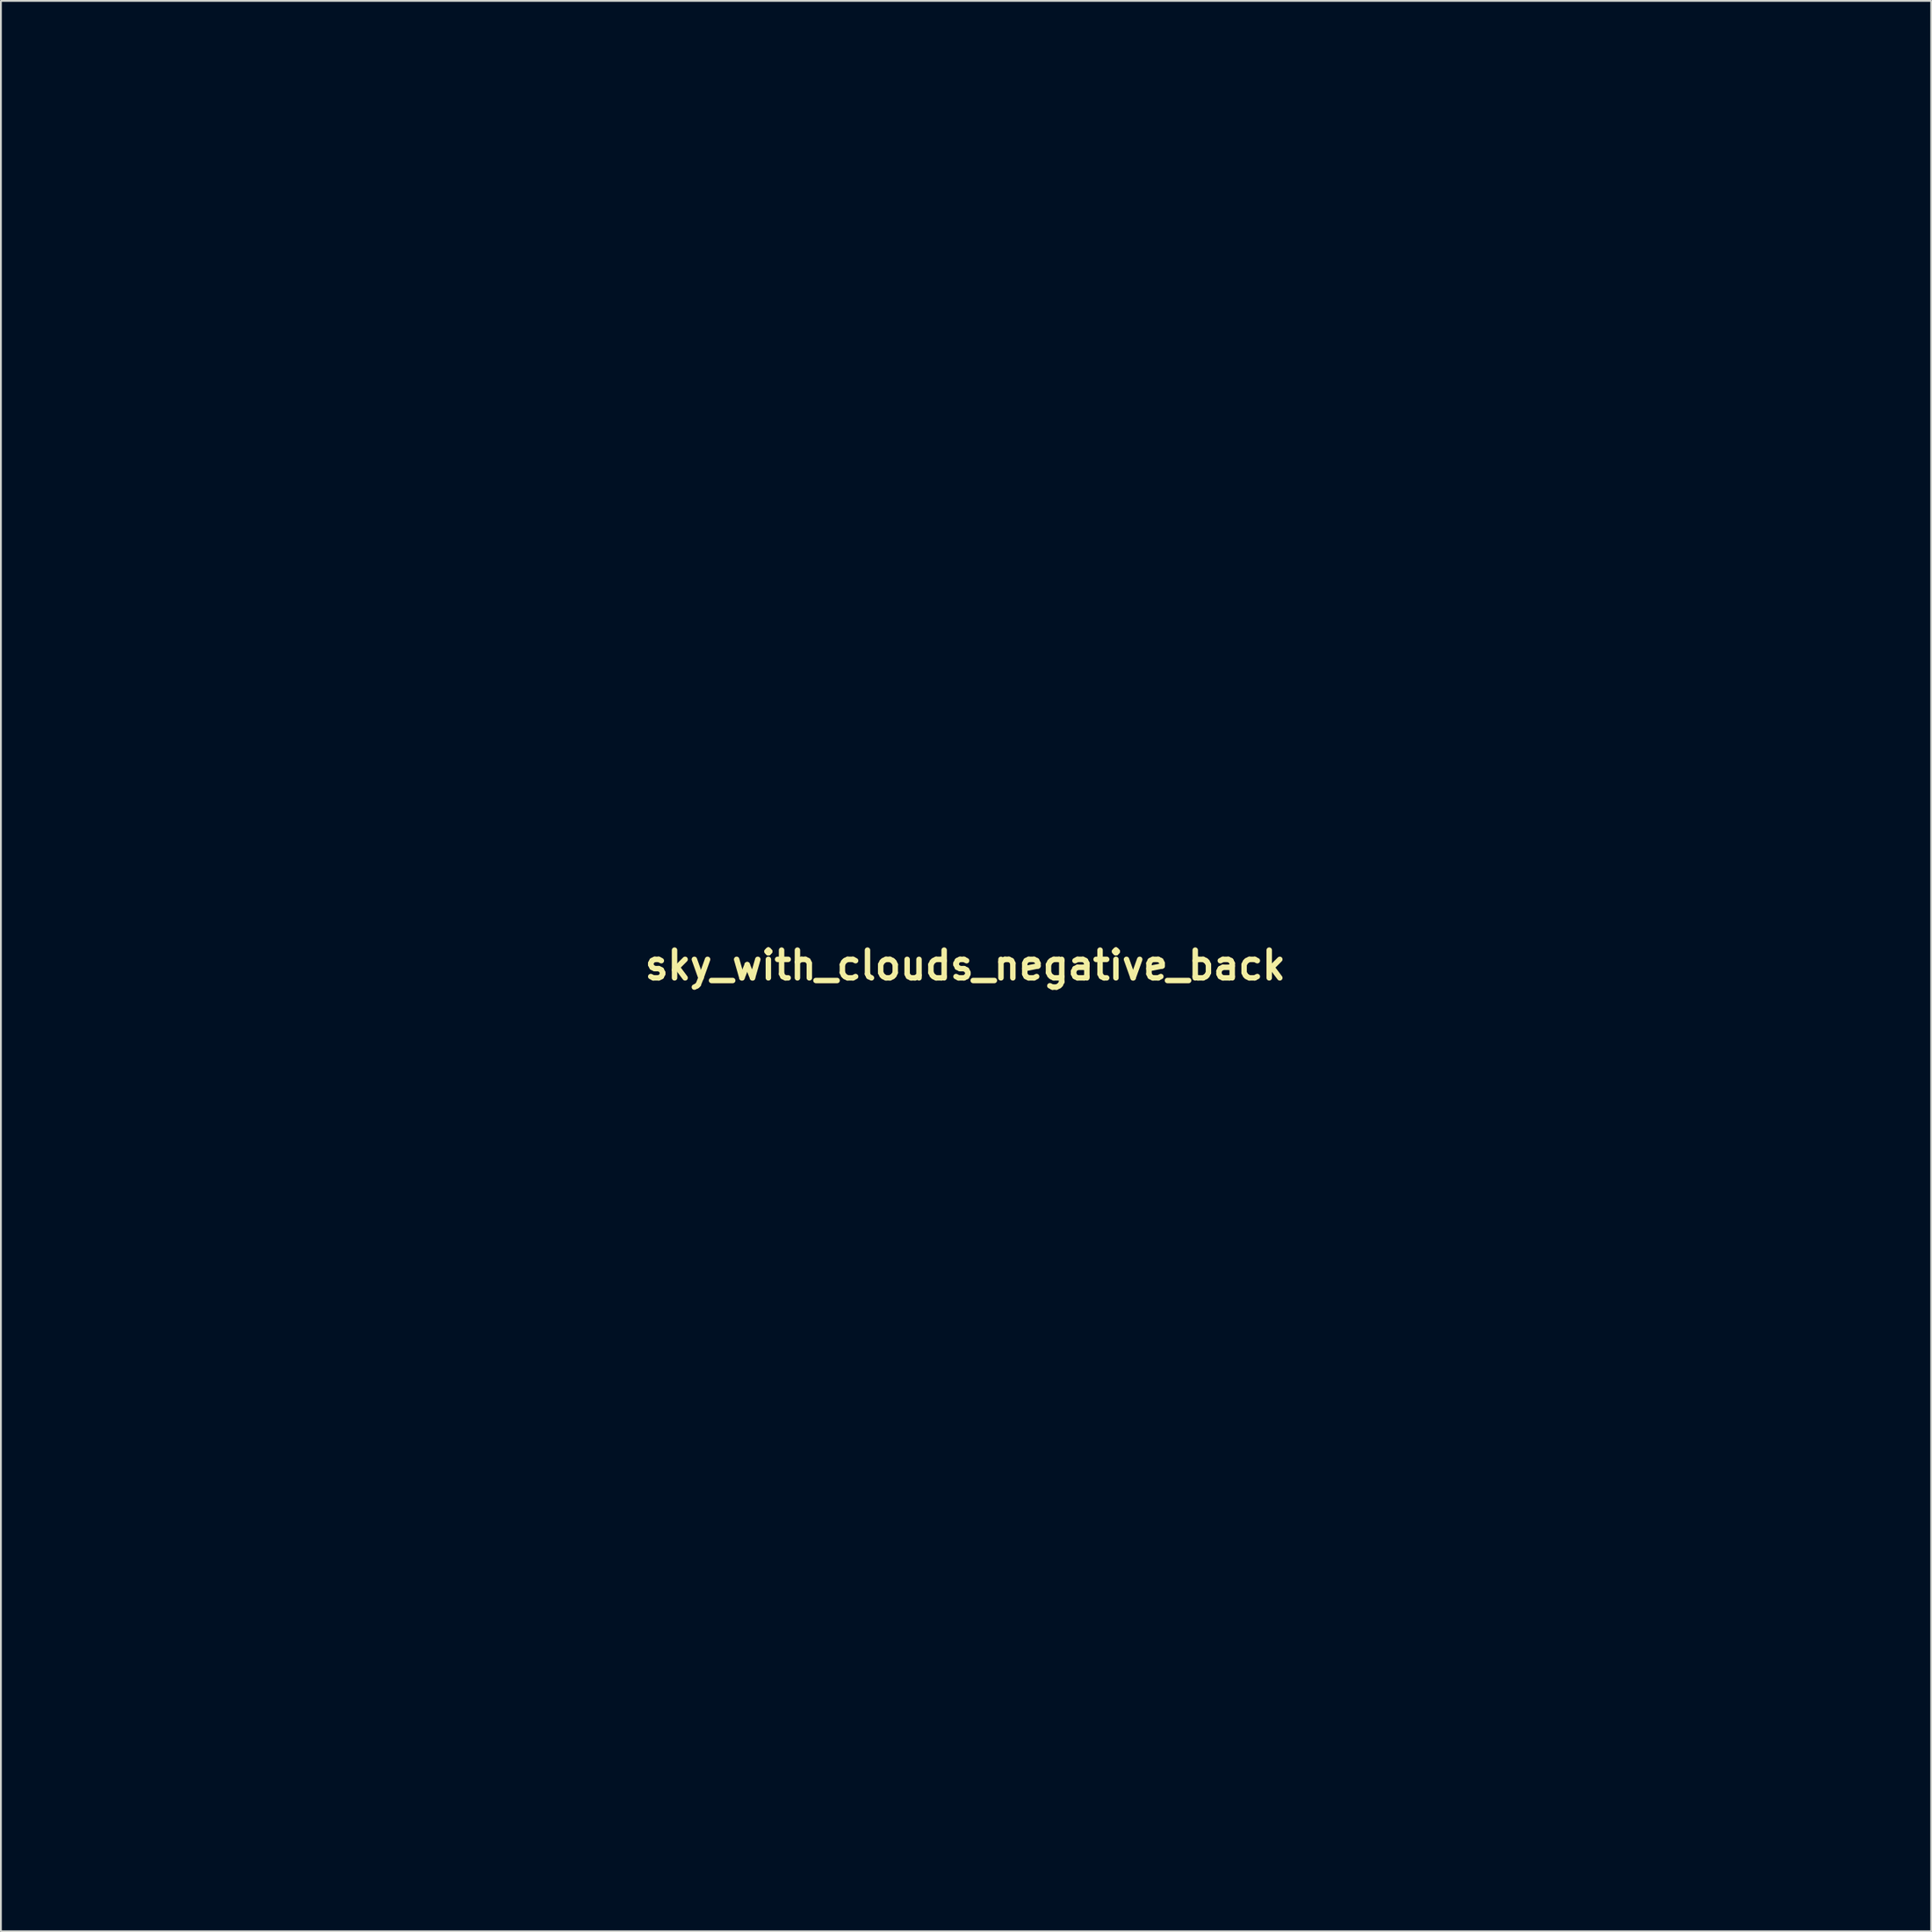
<source format=kicad_pcb>
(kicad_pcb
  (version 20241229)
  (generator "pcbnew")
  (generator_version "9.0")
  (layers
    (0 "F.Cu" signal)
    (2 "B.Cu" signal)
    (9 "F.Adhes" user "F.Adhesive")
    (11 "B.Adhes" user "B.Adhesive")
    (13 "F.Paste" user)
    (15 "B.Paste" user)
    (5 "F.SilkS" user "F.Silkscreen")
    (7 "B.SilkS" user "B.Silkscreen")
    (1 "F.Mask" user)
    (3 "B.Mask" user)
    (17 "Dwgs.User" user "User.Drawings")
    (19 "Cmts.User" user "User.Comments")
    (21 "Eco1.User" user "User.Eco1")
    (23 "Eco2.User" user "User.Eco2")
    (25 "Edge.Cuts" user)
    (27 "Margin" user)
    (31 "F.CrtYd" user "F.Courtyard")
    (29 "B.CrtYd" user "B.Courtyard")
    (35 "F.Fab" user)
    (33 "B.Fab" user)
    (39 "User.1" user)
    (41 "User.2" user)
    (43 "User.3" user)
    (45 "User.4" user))
  (footprint "sky_with_clouds_negative_back"
    (layer "F.Cu")
    (at 49.958 49.96)
    (property "Reference" "sky_with_clouds_negative_back" (at 0 0 0) (layer "F.SilkS") (effects (font (size 1.524 1.524) (thickness 0.3))))
    (attr through_hole)
    (fp_poly (pts (xy -49.636 -1.4) (xy -49.046 -1.216) (xy -48.507 -0.905) (xy -48.053 -0.495) (xy -47.721 -0.011) (xy -47.667 0.104) (xy -47.562 0.389) (xy -47.512 0.658) (xy -47.508 0.986) (xy -47.518 1.161) (xy -47.529 1.459) (xy -47.524 1.678) (xy -47.503 1.776) (xy -47.498 1.778) (xy -47.404 1.722) (xy -47.286 1.609) (xy -47.058 1.462) (xy -46.793 1.47) (xy -46.502 1.627) (xy -46.197 1.925) (xy -45.891 2.358) (xy -45.87 2.394) (xy -45.68 2.732) (xy -45.567 2.999) (xy -45.509 3.261) (xy -45.486 3.551) (xy -45.525 4.095) (xy -45.695 4.537) (xy -45.989 4.869) (xy -46.399 5.084) (xy -46.805 5.164) (xy -47.286 5.207) (xy -47.286 5.6) (xy -47.341 5.969) (xy -47.52 6.251) (xy -47.844 6.481) (xy -47.863 6.491) (xy -48.091 6.576) (xy -48.43 6.667) (xy -48.825 6.751) (xy -49.219 6.817) (xy -49.554 6.854) (xy -49.664 6.858) (xy -49.953 6.858) (xy -49.953 -1.458) (xy -49.636 -1.4)) (stroke (width 0.01) (type solid)) (fill yes) (layer "B.Mask"))
    (fp_poly (pts (xy 44.22 47.316) (xy 44.618 47.456) (xy 45.1 47.707) (xy 45.636 48.051) (xy 46.199 48.471) (xy 46.62 48.823) (xy 46.884 49.061) (xy 47.045 49.231) (xy 47.126 49.374) (xy 47.156 49.53) (xy 47.159 49.667) (xy 47.159 50.038) (xy 42.206 50.038) (xy 41.167 50.038) (xy 40.285 50.037) (xy 39.546 50.036) (xy 38.938 50.033) (xy 38.448 50.028) (xy 38.064 50.021) (xy 37.773 50.012) (xy 37.561 49.999) (xy 37.417 49.983) (xy 37.326 49.962) (xy 37.277 49.937) (xy 37.257 49.908) (xy 37.253 49.872) (xy 37.253 49.866) (xy 37.3 49.657) (xy 37.425 49.359) (xy 37.604 49.02) (xy 37.813 48.687) (xy 37.976 48.466) (xy 38.339 48.113) (xy 38.773 47.841) (xy 39.239 47.663) (xy 39.7 47.591) (xy 40.117 47.637) (xy 40.295 47.707) (xy 40.473 47.823) (xy 40.578 47.973) (xy 40.63 48.202) (xy 40.647 48.542) (xy 40.654 48.788) (xy 40.671 48.885) (xy 40.709 48.851) (xy 40.753 48.759) (xy 40.861 48.574) (xy 41.036 48.324) (xy 41.184 48.134) (xy 41.635 47.715) (xy 42.187 47.42) (xy 42.821 47.252) (xy 43.517 47.218) (xy 44.22 47.316)) (stroke (width 0.01) (type solid)) (fill yes) (layer "B.Mask"))
    (fp_poly (pts (xy 13.883 -49.952) (xy 14.862 -49.949) (xy 15.683 -49.943) (xy 16.355 -49.935) (xy 16.883 -49.924) (xy 17.274 -49.911) (xy 17.535 -49.894) (xy 17.671 -49.875) (xy 17.695 -49.861) (xy 17.633 -49.676) (xy 17.465 -49.422) (xy 17.222 -49.131) (xy 16.933 -48.835) (xy 16.63 -48.566) (xy 16.342 -48.357) (xy 16.238 -48.297) (xy 15.858 -48.133) (xy 15.557 -48.094) (xy 15.293 -48.185) (xy 15.024 -48.411) (xy 14.968 -48.472) (xy 14.774 -48.673) (xy 14.62 -48.811) (xy 14.55 -48.853) (xy 14.505 -48.778) (xy 14.48 -48.59) (xy 14.478 -48.517) (xy 14.429 -48.157) (xy 14.298 -47.736) (xy 14.113 -47.323) (xy 13.923 -47.02) (xy 13.687 -46.802) (xy 13.327 -46.623) (xy 13.194 -46.575) (xy 12.905 -46.491) (xy 12.614 -46.438) (xy 12.283 -46.417) (xy 11.874 -46.424) (xy 11.348 -46.457) (xy 11.134 -46.475) (xy 10.683 -46.543) (xy 10.331 -46.682) (xy 10.011 -46.924) (xy 9.832 -47.104) (xy 9.686 -47.325) (xy 9.676 -47.556) (xy 9.676 -47.556) (xy 9.687 -47.832) (xy 9.581 -48.002) (xy 9.343 -48.08) (xy 9.154 -48.091) (xy 8.71 -48.169) (xy 8.329 -48.387) (xy 8.033 -48.719) (xy 7.846 -49.14) (xy 7.791 -49.551) (xy 7.789 -49.953) (xy 12.742 -49.953) (xy 13.883 -49.952)) (stroke (width 0.01) (type solid)) (fill yes) (layer "B.Mask"))
    (fp_poly (pts (xy -12.54 23.935) (xy -12.092 24.101) (xy -11.715 24.359) (xy -11.438 24.698) (xy -11.29 25.107) (xy -11.283 25.15) (xy -11.243 25.365) (xy -11.167 25.46) (xy -11.004 25.484) (xy -10.932 25.485) (xy -10.402 25.547) (xy -9.952 25.743) (xy -9.567 26.065) (xy -9.226 26.53) (xy -8.997 27.083) (xy -8.887 27.681) (xy -8.903 28.281) (xy -9.05 28.84) (xy -9.114 28.98) (xy -9.479 29.579) (xy -9.89 30.031) (xy -10.291 30.304) (xy -10.629 30.427) (xy -10.895 30.409) (xy -11.118 30.243) (xy -11.224 30.103) (xy -11.374 29.924) (xy -11.488 29.906) (xy -11.57 30.05) (xy -11.624 30.359) (xy -11.625 30.366) (xy -11.759 30.965) (xy -12.025 31.464) (xy -12.418 31.854) (xy -12.48 31.898) (xy -12.799 32.07) (xy -13.141 32.156) (xy -13.547 32.159) (xy -14.055 32.085) (xy -14.225 32.049) (xy -14.736 31.898) (xy -15.096 31.697) (xy -15.322 31.43) (xy -15.428 31.084) (xy -15.44 30.931) (xy -15.452 30.522) (xy -15.79 30.475) (xy -16.174 30.385) (xy -16.446 30.217) (xy -16.659 29.935) (xy -16.698 29.863) (xy -16.813 29.59) (xy -16.871 29.282) (xy -16.886 28.902) (xy -16.875 28.569) (xy -16.831 28.3) (xy -16.738 28.026) (xy -16.578 27.679) (xy -16.565 27.653) (xy -16.304 27.199) (xy -16.051 26.912) (xy -15.807 26.794) (xy -15.583 26.837) (xy -15.438 26.907) (xy -15.385 26.924) (xy -15.363 26.846) (xy -15.338 26.638) (xy -15.313 26.34) (xy -15.305 26.221) (xy -15.203 25.54) (xy -14.986 24.978) (xy -14.647 24.525) (xy -14.183 24.173) (xy -14.036 24.094) (xy -13.541 23.921) (xy -13.033 23.871) (xy -12.54 23.935)) (stroke (width 0.01) (type solid)) (fill yes) (layer "B.Mask"))
    (fp_poly (pts (xy 44.668 -49.151) (xy 45.116 -48.984) (xy 45.493 -48.726) (xy 45.77 -48.388) (xy 45.918 -47.979) (xy 45.925 -47.936) (xy 45.965 -47.721) (xy 46.041 -47.625) (xy 46.204 -47.601) (xy 46.276 -47.601) (xy 46.806 -47.539) (xy 47.255 -47.342) (xy 47.641 -47.021) (xy 47.982 -46.555) (xy 48.21 -46.002) (xy 48.321 -45.405) (xy 48.305 -44.805) (xy 48.158 -44.246) (xy 48.094 -44.106) (xy 47.729 -43.507) (xy 47.317 -43.054) (xy 46.916 -42.782) (xy 46.578 -42.659) (xy 46.313 -42.677) (xy 46.089 -42.842) (xy 45.984 -42.983) (xy 45.834 -43.162) (xy 45.72 -43.18) (xy 45.638 -43.036) (xy 45.584 -42.727) (xy 45.583 -42.72) (xy 45.449 -42.12) (xy 45.183 -41.622) (xy 44.79 -41.231) (xy 44.728 -41.188) (xy 44.409 -41.016) (xy 44.067 -40.93) (xy 43.661 -40.926) (xy 43.153 -41.001) (xy 42.982 -41.037) (xy 42.472 -41.187) (xy 42.112 -41.389) (xy 41.886 -41.655) (xy 41.78 -42.001) (xy 41.768 -42.155) (xy 41.756 -42.563) (xy 41.418 -42.61) (xy 41.034 -42.701) (xy 40.762 -42.869) (xy 40.549 -43.151) (xy 40.51 -43.222) (xy 40.395 -43.496) (xy 40.337 -43.804) (xy 40.322 -44.183) (xy 40.333 -44.517) (xy 40.377 -44.786) (xy 40.469 -45.06) (xy 40.63 -45.406) (xy 40.642 -45.432) (xy 40.904 -45.887) (xy 41.157 -46.173) (xy 41.401 -46.292) (xy 41.624 -46.249) (xy 41.769 -46.179) (xy 41.823 -46.162) (xy 41.845 -46.24) (xy 41.87 -46.448) (xy 41.895 -46.746) (xy 41.903 -46.864) (xy 42.005 -47.546) (xy 42.222 -48.108) (xy 42.56 -48.56) (xy 43.025 -48.913) (xy 43.172 -48.991) (xy 43.667 -49.165) (xy 44.175 -49.214) (xy 44.668 -49.151)) (stroke (width 0.01) (type solid)) (fill yes) (layer "B.Mask"))
    (fp_poly (pts (xy -25.968 -36.166) (xy -25.464 -35.953) (xy -25.021 -35.599) (xy -24.701 -35.21) (xy -24.495 -34.78) (xy -24.386 -34.265) (xy -24.359 -33.868) (xy -24.339 -33.494) (xy -24.297 -33.274) (xy -24.225 -33.194) (xy -24.118 -33.24) (xy -24.065 -33.289) (xy -23.903 -33.348) (xy -23.699 -33.268) (xy -23.475 -33.069) (xy -23.248 -32.77) (xy -23.038 -32.391) (xy -22.945 -32.176) (xy -22.784 -31.608) (xy -22.747 -31.072) (xy -22.828 -30.589) (xy -23.019 -30.181) (xy -23.311 -29.87) (xy -23.697 -29.676) (xy -23.862 -29.639) (xy -24.047 -29.6) (xy -24.142 -29.529) (xy -24.182 -29.377) (xy -24.199 -29.167) (xy -24.289 -28.765) (xy -24.509 -28.45) (xy -24.865 -28.216) (xy -25.363 -28.06) (xy -25.955 -27.981) (xy -26.316 -27.961) (xy -26.573 -27.971) (xy -26.786 -28.021) (xy -27.019 -28.119) (xy -27.051 -28.134) (xy -27.387 -28.348) (xy -27.636 -28.64) (xy -27.819 -29.04) (xy -27.948 -29.549) (xy -28.013 -29.843) (xy -28.078 -30.072) (xy -28.126 -30.18) (xy -28.223 -30.177) (xy -28.385 -30.051) (xy -28.444 -29.99) (xy -28.734 -29.773) (xy -29.051 -29.72) (xy -29.39 -29.829) (xy -29.745 -30.098) (xy -30.074 -30.48) (xy -30.354 -30.87) (xy -30.543 -31.176) (xy -30.657 -31.444) (xy -30.714 -31.719) (xy -30.733 -32.046) (xy -30.734 -32.163) (xy -30.699 -32.752) (xy -30.584 -33.233) (xy -30.37 -33.653) (xy -30.038 -34.061) (xy -30.027 -34.072) (xy -29.791 -34.311) (xy -29.609 -34.454) (xy -29.427 -34.531) (xy -29.187 -34.574) (xy -29.083 -34.585) (xy -28.735 -34.627) (xy -28.522 -34.67) (xy -28.411 -34.73) (xy -28.37 -34.826) (xy -28.363 -34.952) (xy -28.284 -35.296) (xy -28.064 -35.615) (xy -27.733 -35.888) (xy -27.32 -36.094) (xy -26.854 -36.214) (xy -26.549 -36.235) (xy -25.968 -36.166)) (stroke (width 0.01) (type solid)) (fill yes) (layer "B.Mask"))
    (fp_poly (pts (xy 37.399 30.002) (xy 38.192 30.149) (xy 38.913 30.418) (xy 39.537 30.804) (xy 39.624 30.874) (xy 39.911 31.201) (xy 40.109 31.599) (xy 40.204 32.021) (xy 40.186 32.422) (xy 40.09 32.681) (xy 39.983 32.909) (xy 39.991 33.013) (xy 40.117 32.995) (xy 40.358 32.854) (xy 40.484 32.766) (xy 40.712 32.619) (xy 40.903 32.528) (xy 40.97 32.514) (xy 41.187 32.578) (xy 41.469 32.746) (xy 41.778 32.99) (xy 42.076 33.281) (xy 42.247 33.483) (xy 42.451 33.763) (xy 42.569 33.984) (xy 42.629 34.215) (xy 42.657 34.502) (xy 42.666 34.821) (xy 42.637 35.035) (xy 42.556 35.21) (xy 42.496 35.297) (xy 42.163 35.609) (xy 41.718 35.813) (xy 41.188 35.898) (xy 41.1 35.9) (xy 40.739 35.914) (xy 40.521 35.964) (xy 40.42 36.066) (xy 40.412 36.235) (xy 40.427 36.315) (xy 40.424 36.576) (xy 40.288 36.795) (xy 40.01 36.979) (xy 39.583 37.13) (xy 38.998 37.253) (xy 38.725 37.295) (xy 37.874 37.388) (xy 37.153 37.409) (xy 36.536 37.356) (xy 35.998 37.229) (xy 35.983 37.224) (xy 35.649 37.097) (xy 35.336 36.95) (xy 35.147 36.838) (xy 34.921 36.615) (xy 34.731 36.32) (xy 34.604 36.009) (xy 34.57 35.739) (xy 34.579 35.686) (xy 34.595 35.439) (xy 34.517 35.271) (xy 34.395 35.221) (xy 34.267 35.28) (xy 34.081 35.43) (xy 33.951 35.56) (xy 33.746 35.763) (xy 33.573 35.864) (xy 33.363 35.897) (xy 33.258 35.899) (xy 32.67 35.82) (xy 32.063 35.591) (xy 31.462 35.228) (xy 30.894 34.743) (xy 30.747 34.59) (xy 30.55 34.364) (xy 30.445 34.185) (xy 30.403 33.979) (xy 30.395 33.695) (xy 30.433 33.241) (xy 30.564 32.862) (xy 30.812 32.499) (xy 30.975 32.318) (xy 31.366 31.983) (xy 31.819 31.745) (xy 32.364 31.591) (xy 33.033 31.509) (xy 33.101 31.505) (xy 33.987 31.454) (xy 34.043 31.179) (xy 34.11 30.952) (xy 34.193 30.791) (xy 34.193 30.791) (xy 34.39 30.629) (xy 34.703 30.454) (xy 35.085 30.287) (xy 35.485 30.152) (xy 35.706 30.097) (xy 36.562 29.983) (xy 37.399 30.002)) (stroke (width 0.01) (type solid)) (fill yes) (layer "B.Mask"))
    (fp_poly (pts (xy 11.972 20.35) (xy 12.711 20.454) (xy 13.31 20.649) (xy 13.589 20.802) (xy 13.873 21.013) (xy 14.04 21.215) (xy 14.13 21.46) (xy 14.14 21.505) (xy 14.167 21.6) (xy 14.222 21.663) (xy 14.338 21.705) (xy 14.545 21.734) (xy 14.876 21.76) (xy 15.08 21.773) (xy 15.745 21.848) (xy 16.289 21.991) (xy 16.748 22.217) (xy 17.16 22.539) (xy 17.174 22.551) (xy 17.483 22.92) (xy 17.709 23.347) (xy 17.841 23.79) (xy 17.867 24.21) (xy 17.774 24.565) (xy 17.766 24.58) (xy 17.553 24.868) (xy 17.224 25.184) (xy 16.82 25.498) (xy 16.383 25.778) (xy 15.956 25.994) (xy 15.744 26.073) (xy 15.296 26.196) (xy 14.958 26.235) (xy 14.687 26.18) (xy 14.442 26.025) (xy 14.182 25.76) (xy 14.176 25.753) (xy 13.952 25.546) (xy 13.786 25.498) (xy 13.679 25.609) (xy 13.633 25.877) (xy 13.631 25.956) (xy 13.561 26.448) (xy 13.346 26.864) (xy 12.982 27.209) (xy 12.467 27.488) (xy 12.197 27.589) (xy 11.765 27.69) (xy 11.245 27.75) (xy 10.704 27.766) (xy 10.211 27.734) (xy 9.948 27.686) (xy 9.7 27.643) (xy 9.393 27.615) (xy 9.305 27.611) (xy 8.873 27.533) (xy 8.374 27.326) (xy 8.093 27.179) (xy 7.931 27.07) (xy 7.855 26.961) (xy 7.831 26.813) (xy 7.829 26.695) (xy 7.812 26.458) (xy 7.773 26.297) (xy 7.758 26.272) (xy 7.64 26.236) (xy 7.416 26.22) (xy 7.275 26.222) (xy 6.763 26.181) (xy 6.301 26.024) (xy 5.922 25.769) (xy 5.658 25.435) (xy 5.587 25.27) (xy 5.543 24.885) (xy 5.632 24.456) (xy 5.836 24.014) (xy 6.138 23.596) (xy 6.52 23.234) (xy 6.696 23.109) (xy 7.042 22.925) (xy 7.329 22.875) (xy 7.602 22.958) (xy 7.833 23.115) (xy 8.026 23.256) (xy 8.158 23.332) (xy 8.189 23.335) (xy 8.186 23.241) (xy 8.136 23.044) (xy 8.098 22.925) (xy 8.023 22.454) (xy 8.099 21.979) (xy 8.313 21.534) (xy 8.652 21.156) (xy 8.784 21.056) (xy 9.273 20.752) (xy 9.74 20.544) (xy 10.24 20.416) (xy 10.828 20.35) (xy 11.091 20.337) (xy 11.972 20.35)) (stroke (width 0.01) (type solid)) (fill yes) (layer "B.Mask"))
    (fp_poly (pts (xy -17.493 -49.955) (xy -16.502 -49.953) (xy -15.641 -49.95) (xy -14.901 -49.944) (xy -14.273 -49.935) (xy -13.751 -49.923) (xy -13.325 -49.907) (xy -12.988 -49.887) (xy -12.732 -49.861) (xy -12.548 -49.83) (xy -12.429 -49.793) (xy -12.366 -49.749) (xy -12.352 -49.698) (xy -12.378 -49.64) (xy -12.436 -49.573) (xy -12.519 -49.497) (xy -12.618 -49.412) (xy -12.725 -49.317) (xy -12.765 -49.279) (xy -13.145 -48.973) (xy -13.596 -48.73) (xy -14.138 -48.541) (xy -14.794 -48.402) (xy -15.582 -48.306) (xy -16.118 -48.266) (xy -16.691 -48.236) (xy -17.12 -48.225) (xy -17.429 -48.233) (xy -17.641 -48.264) (xy -17.781 -48.318) (xy -17.872 -48.396) (xy -18.024 -48.499) (xy -18.199 -48.46) (xy -18.414 -48.271) (xy -18.557 -48.095) (xy -18.956 -47.692) (xy -19.362 -47.444) (xy -19.555 -47.352) (xy -19.724 -47.287) (xy -19.902 -47.245) (xy -20.124 -47.221) (xy -20.425 -47.211) (xy -20.839 -47.21) (xy -21.167 -47.211) (xy -22.114 -47.246) (xy -22.911 -47.334) (xy -23.555 -47.476) (xy -24.043 -47.67) (xy -24.374 -47.917) (xy -24.519 -48.138) (xy -24.644 -48.354) (xy -24.783 -48.412) (xy -24.953 -48.312) (xy -25.114 -48.127) (xy -25.458 -47.804) (xy -25.945 -47.537) (xy -26.556 -47.337) (xy -26.813 -47.281) (xy -27.437 -47.188) (xy -27.962 -47.175) (xy -28.438 -47.244) (xy -28.871 -47.382) (xy -29.222 -47.514) (xy -29.573 -47.64) (xy -29.803 -47.718) (xy -30.337 -47.93) (xy -30.708 -48.172) (xy -30.92 -48.449) (xy -30.946 -48.514) (xy -31.013 -48.681) (xy -31.103 -48.777) (xy -31.264 -48.831) (xy -31.546 -48.872) (xy -32.137 -48.991) (xy -32.651 -49.186) (xy -33.06 -49.442) (xy -33.336 -49.745) (xy -33.364 -49.793) (xy -33.373 -49.817) (xy -33.368 -49.838) (xy -33.341 -49.857) (xy -33.283 -49.873) (xy -33.185 -49.888) (xy -33.038 -49.901) (xy -32.834 -49.912) (xy -32.564 -49.921) (xy -32.219 -49.929) (xy -31.791 -49.935) (xy -31.271 -49.941) (xy -30.65 -49.945) (xy -29.92 -49.948) (xy -29.072 -49.95) (xy -28.098 -49.952) (xy -26.988 -49.953) (xy -25.734 -49.953) (xy -24.327 -49.953) (xy -22.905 -49.953) (xy -21.318 -49.954) (xy -19.893 -49.954) (xy -18.62 -49.955) (xy -17.493 -49.955)) (stroke (width 0.01) (type solid)) (fill yes) (layer "B.Mask"))
    (fp_poly (pts (xy -47.127 -48.478) (xy -46.684 -48.343) (xy -46.266 -48.065) (xy -45.942 -47.745) (xy -45.746 -47.534) (xy -45.597 -47.384) (xy -45.527 -47.329) (xy -45.485 -47.401) (xy -45.438 -47.577) (xy -45.437 -47.58) (xy -45.328 -47.799) (xy -45.11 -47.9) (xy -44.78 -47.882) (xy -44.336 -47.746) (xy -43.774 -47.492) (xy -43.653 -47.43) (xy -43.076 -47.063) (xy -42.568 -46.613) (xy -42.171 -46.119) (xy -42.034 -45.884) (xy -41.903 -45.636) (xy -41.806 -45.514) (xy -41.702 -45.489) (xy -41.552 -45.537) (xy -41.529 -45.546) (xy -41.299 -45.557) (xy -41.129 -45.496) (xy -40.941 -45.351) (xy -40.709 -45.101) (xy -40.466 -44.791) (xy -40.249 -44.467) (xy -40.092 -44.172) (xy -40.083 -44.151) (xy -39.978 -43.715) (xy -40.001 -43.265) (xy -40.14 -42.845) (xy -40.383 -42.501) (xy -40.572 -42.349) (xy -40.796 -42.235) (xy -40.992 -42.216) (xy -41.183 -42.257) (xy -41.4 -42.301) (xy -41.541 -42.3) (xy -41.557 -42.291) (xy -41.588 -42.182) (xy -41.609 -41.961) (xy -41.613 -41.795) (xy -41.634 -41.488) (xy -41.718 -41.253) (xy -41.891 -41.003) (xy -42.28 -40.597) (xy -42.702 -40.309) (xy -43.127 -40.157) (xy -43.343 -40.138) (xy -43.67 -40.17) (xy -43.993 -40.242) (xy -44.056 -40.263) (xy -44.335 -40.401) (xy -44.616 -40.591) (xy -44.673 -40.638) (xy -44.857 -40.791) (xy -44.986 -40.883) (xy -45.013 -40.894) (xy -45.101 -40.843) (xy -45.266 -40.713) (xy -45.363 -40.63) (xy -45.515 -40.503) (xy -45.646 -40.428) (xy -45.804 -40.393) (xy -46.037 -40.39) (xy -46.39 -40.407) (xy -46.991 -40.484) (xy -47.669 -40.645) (xy -48.363 -40.871) (xy -49.015 -41.146) (xy -49.125 -41.2) (xy -49.397 -41.317) (xy -49.644 -41.39) (xy -49.739 -41.402) (xy -49.953 -41.402) (xy -49.953 -43.85) (xy -49.952 -44.598) (xy -49.946 -45.191) (xy -49.936 -45.643) (xy -49.921 -45.969) (xy -49.901 -46.185) (xy -49.874 -46.303) (xy -49.847 -46.337) (xy -49.784 -46.394) (xy -49.847 -46.488) (xy -49.915 -46.641) (xy -49.948 -46.879) (xy -49.949 -46.943) (xy -49.937 -47.125) (xy -49.887 -47.265) (xy -49.768 -47.403) (xy -49.552 -47.579) (xy -49.42 -47.678) (xy -48.928 -48.022) (xy -48.504 -48.257) (xy -48.107 -48.403) (xy -47.692 -48.48) (xy -47.63 -48.487) (xy -47.127 -48.478)) (stroke (width 0.01) (type solid)) (fill yes) (layer "B.Mask"))
    (fp_poly (pts (xy -42.789 15.665) (xy -42.287 15.854) (xy -41.806 16.184) (xy -41.349 16.627) (xy -40.793 17.23) (xy -40.851 16.792) (xy -40.877 16.529) (xy -40.86 16.381) (xy -40.786 16.293) (xy -40.72 16.253) (xy -40.459 16.194) (xy -40.084 16.219) (xy -39.623 16.32) (xy -39.103 16.49) (xy -38.552 16.722) (xy -38.054 16.976) (xy -37.587 17.298) (xy -37.092 17.754) (xy -36.595 18.318) (xy -36.481 18.464) (xy -36.338 18.641) (xy -36.246 18.699) (xy -36.152 18.656) (xy -36.082 18.595) (xy -35.905 18.493) (xy -35.703 18.497) (xy -35.455 18.616) (xy -35.143 18.858) (xy -34.875 19.106) (xy -34.505 19.487) (xy -34.256 19.811) (xy -34.109 20.112) (xy -34.044 20.426) (xy -34.036 20.612) (xy -34.078 21.007) (xy -34.223 21.326) (xy -34.494 21.614) (xy -34.673 21.751) (xy -35.072 22.038) (xy -35.514 21.899) (xy -35.836 21.801) (xy -36.025 21.773) (xy -36.113 21.834) (xy -36.128 22.005) (xy -36.103 22.294) (xy -36.048 22.83) (xy -36.46 23.185) (xy -36.777 23.427) (xy -37.148 23.668) (xy -37.373 23.793) (xy -37.833 23.975) (xy -38.281 24.036) (xy -38.767 23.978) (xy -39.144 23.872) (xy -39.459 23.748) (xy -39.745 23.599) (xy -39.884 23.503) (xy -40.158 23.304) (xy -40.374 23.237) (xy -40.578 23.298) (xy -40.757 23.433) (xy -40.959 23.581) (xy -41.185 23.67) (xy -41.5 23.722) (xy -41.598 23.732) (xy -42.157 23.736) (xy -42.829 23.662) (xy -43.582 23.516) (xy -44.382 23.304) (xy -45.196 23.035) (xy -45.486 22.925) (xy -45.832 22.797) (xy -46.059 22.736) (xy -46.198 22.736) (xy -46.26 22.767) (xy -46.344 22.924) (xy -46.341 23.015) (xy -46.371 23.178) (xy -46.484 23.327) (xy -46.581 23.398) (xy -46.707 23.445) (xy -46.896 23.471) (xy -47.182 23.483) (xy -47.599 23.482) (xy -47.677 23.482) (xy -48.344 23.455) (xy -48.94 23.393) (xy -49.32 23.322) (xy -49.953 23.173) (xy -49.953 17.465) (xy -49.401 17.284) (xy -48.793 17.137) (xy -48.208 17.113) (xy -47.605 17.216) (xy -46.943 17.45) (xy -46.887 17.474) (xy -46.572 17.611) (xy -46.59 17.3) (xy -46.587 17.117) (xy -46.532 16.976) (xy -46.392 16.828) (xy -46.186 16.661) (xy -45.622 16.287) (xy -44.994 15.973) (xy -44.364 15.747) (xy -43.984 15.662) (xy -43.344 15.605) (xy -42.789 15.665)) (stroke (width 0.01) (type solid)) (fill yes) (layer "B.Mask"))
    (fp_poly (pts (xy 45.444 -28.255) (xy 45.864 -28.125) (xy 46.266 -27.948) (xy 46.372 -27.89) (xy 46.581 -27.743) (xy 46.866 -27.511) (xy 47.183 -27.228) (xy 47.403 -27.019) (xy 47.728 -26.687) (xy 47.945 -26.433) (xy 48.074 -26.231) (xy 48.136 -26.049) (xy 48.138 -26.04) (xy 48.221 -25.787) (xy 48.362 -25.68) (xy 48.586 -25.708) (xy 48.755 -25.778) (xy 49.021 -25.872) (xy 49.359 -25.946) (xy 49.551 -25.971) (xy 50.038 -26.016) (xy 50.038 -22.427) (xy 50.038 -18.838) (xy 49.382 -18.542) (xy 49.004 -18.383) (xy 48.691 -18.29) (xy 48.36 -18.243) (xy 48.006 -18.225) (xy 47.605 -18.228) (xy 47.251 -18.257) (xy 47.004 -18.306) (xy 46.993 -18.31) (xy 46.745 -18.456) (xy 46.651 -18.627) (xy 46.596 -18.761) (xy 46.479 -18.83) (xy 46.249 -18.861) (xy 46.217 -18.864) (xy 45.939 -18.852) (xy 45.578 -18.799) (xy 45.211 -18.715) (xy 45.204 -18.713) (xy 44.806 -18.625) (xy 44.274 -18.544) (xy 43.643 -18.474) (xy 43.2 -18.438) (xy 42.366 -18.394) (xy 41.671 -18.399) (xy 41.088 -18.459) (xy 40.592 -18.58) (xy 40.157 -18.768) (xy 39.758 -19.03) (xy 39.381 -19.358) (xy 39.148 -19.591) (xy 39.015 -19.753) (xy 38.959 -19.89) (xy 38.958 -20.048) (xy 38.97 -20.152) (xy 39.032 -20.412) (xy 39.126 -20.618) (xy 39.151 -20.651) (xy 39.259 -20.828) (xy 39.278 -20.988) (xy 39.206 -21.077) (xy 39.171 -21.082) (xy 39.014 -21.055) (xy 38.799 -20.992) (xy 38.467 -20.959) (xy 38.151 -21.072) (xy 37.897 -21.31) (xy 37.818 -21.444) (xy 37.719 -21.79) (xy 37.683 -22.231) (xy 37.711 -22.707) (xy 37.802 -23.156) (xy 37.831 -23.247) (xy 38.048 -23.718) (xy 38.352 -24.161) (xy 38.713 -24.548) (xy 39.101 -24.848) (xy 39.486 -25.033) (xy 39.707 -25.077) (xy 39.944 -25.105) (xy 40.069 -25.171) (xy 40.137 -25.316) (xy 40.16 -25.4) (xy 40.386 -26.103) (xy 40.676 -26.725) (xy 41.015 -27.243) (xy 41.388 -27.633) (xy 41.663 -27.817) (xy 42.049 -27.937) (xy 42.416 -27.904) (xy 42.734 -27.721) (xy 42.763 -27.693) (xy 42.92 -27.505) (xy 43.005 -27.344) (xy 43.011 -27.312) (xy 43.048 -27.193) (xy 43.164 -27.217) (xy 43.361 -27.384) (xy 43.491 -27.521) (xy 43.877 -27.874) (xy 44.312 -28.151) (xy 44.738 -28.313) (xy 44.766 -28.319) (xy 45.06 -28.325) (xy 45.444 -28.255)) (stroke (width 0.01) (type solid)) (fill yes) (layer "B.Mask"))
    (fp_poly (pts (xy -43.833 32.151) (xy -43.13 32.34) (xy -42.5 32.664) (xy -42.468 32.685) (xy -42.183 32.873) (xy -42.001 32.976) (xy -41.888 33.004) (xy -41.809 32.968) (xy -41.743 32.895) (xy -41.534 32.767) (xy -41.195 32.709) (xy -40.749 32.718) (xy -40.22 32.794) (xy -39.631 32.934) (xy -39.062 33.115) (xy -38.646 33.278) (xy -38.342 33.434) (xy -38.097 33.615) (xy -37.944 33.762) (xy -37.734 33.968) (xy -37.593 34.069) (xy -37.479 34.084) (xy -37.368 34.046) (xy -37.015 33.959) (xy -36.612 34.004) (xy -36.136 34.185) (xy -36.08 34.213) (xy -35.623 34.494) (xy -35.306 34.822) (xy -35.102 35.231) (xy -35.047 35.417) (xy -34.974 35.661) (xy -34.901 35.766) (xy -34.81 35.764) (xy -34.808 35.764) (xy -34.393 35.672) (xy -33.887 35.722) (xy -33.289 35.913) (xy -32.851 36.114) (xy -32.421 36.386) (xy -32.15 36.694) (xy -32.034 37.016) (xy -32.049 37.392) (xy -32.222 37.715) (xy -32.55 37.984) (xy -33.027 38.196) (xy -33.651 38.348) (xy -34.289 38.428) (xy -34.617 38.46) (xy -34.818 38.5) (xy -34.935 38.564) (xy -35.012 38.668) (xy -35.038 38.721) (xy -35.181 38.887) (xy -35.433 39.071) (xy -35.743 39.246) (xy -36.057 39.382) (xy -36.324 39.451) (xy -36.38 39.455) (xy -36.6 39.485) (xy -36.797 39.543) (xy -37.775 39.825) (xy -38.793 39.949) (xy -39.833 39.914) (xy -40.875 39.721) (xy -41.444 39.546) (xy -41.948 39.3) (xy -42.266 39.03) (xy -42.456 38.842) (xy -42.609 38.72) (xy -42.668 38.693) (xy -42.755 38.762) (xy -42.868 38.936) (xy -42.904 39.008) (xy -43.034 39.203) (xy -43.236 39.365) (xy -43.535 39.505) (xy -43.955 39.636) (xy -44.488 39.761) (xy -44.801 39.809) (xy -45.246 39.85) (xy -45.782 39.883) (xy -46.371 39.908) (xy -46.975 39.923) (xy -47.554 39.927) (xy -48.071 39.918) (xy -48.485 39.896) (xy -48.56 39.889) (xy -48.879 39.835) (xy -49.162 39.752) (xy -49.298 39.688) (xy -49.53 39.58) (xy -49.739 39.539) (xy -49.953 39.539) (xy -49.953 36.407) (xy -49.953 35.597) (xy -49.952 34.94) (xy -49.949 34.42) (xy -49.943 34.022) (xy -49.934 33.728) (xy -49.92 33.524) (xy -49.9 33.392) (xy -49.874 33.318) (xy -49.841 33.284) (xy -49.8 33.274) (xy -49.78 33.274) (xy -49.532 33.33) (xy -49.221 33.478) (xy -48.9 33.692) (xy -48.826 33.751) (xy -48.588 33.949) (xy -48.129 33.453) (xy -47.528 32.927) (xy -46.818 32.524) (xy -46.013 32.249) (xy -45.126 32.108) (xy -44.632 32.089) (xy -43.833 32.151)) (stroke (width 0.01) (type solid)) (fill yes) (layer "B.Mask"))
    (fp_poly (pts (xy -28.101 -10.221) (xy -27.709 -10.156) (xy -27.355 -10.025) (xy -27.015 -9.809) (xy -26.661 -9.491) (xy -26.269 -9.052) (xy -26.006 -8.724) (xy -25.91 -8.616) (xy -25.812 -8.573) (xy -25.677 -8.602) (xy -25.471 -8.71) (xy -25.164 -8.902) (xy -24.785 -9.049) (xy -24.337 -9.073) (xy -23.867 -8.973) (xy -23.654 -8.885) (xy -23.24 -8.62) (xy -22.769 -8.199) (xy -22.243 -7.625) (xy -21.666 -6.9) (xy -21.227 -6.298) (xy -21.022 -6.031) (xy -20.841 -5.871) (xy -20.633 -5.777) (xy -20.527 -5.747) (xy -20.142 -5.579) (xy -19.929 -5.391) (xy -19.802 -5.216) (xy -19.743 -5.042) (xy -19.735 -4.8) (xy -19.744 -4.647) (xy -19.852 -4.141) (xy -20.083 -3.712) (xy -20.421 -3.391) (xy -20.553 -3.313) (xy -21.106 -3.065) (xy -21.694 -2.858) (xy -22.288 -2.698) (xy -22.857 -2.59) (xy -23.372 -2.539) (xy -23.803 -2.551) (xy -24.12 -2.631) (xy -24.184 -2.667) (xy -24.412 -2.817) (xy -24.783 -2.387) (xy -25.163 -1.995) (xy -25.541 -1.725) (xy -25.955 -1.562) (xy -26.439 -1.494) (xy -27.031 -1.51) (xy -27.263 -1.532) (xy -28.039 -1.645) (xy -28.654 -1.8) (xy -29.11 -1.997) (xy -29.41 -2.239) (xy -29.537 -2.458) (xy -29.609 -2.632) (xy -29.664 -2.709) (xy -29.666 -2.709) (xy -29.741 -2.654) (xy -29.903 -2.507) (xy -30.119 -2.297) (xy -30.166 -2.251) (xy -30.498 -1.952) (xy -30.804 -1.76) (xy -31.081 -1.654) (xy -31.635 -1.516) (xy -32.093 -1.473) (xy -32.501 -1.524) (xy -32.724 -1.594) (xy -33.009 -1.712) (xy -33.37 -1.879) (xy -33.735 -2.06) (xy -33.782 -2.084) (xy -34.115 -2.269) (xy -34.333 -2.423) (xy -34.477 -2.582) (xy -34.586 -2.778) (xy -34.753 -3.051) (xy -34.939 -3.176) (xy -34.967 -3.182) (xy -35.609 -3.36) (xy -36.098 -3.606) (xy -36.434 -3.921) (xy -36.619 -4.306) (xy -36.661 -4.639) (xy -36.585 -5.015) (xy -36.38 -5.399) (xy -36.08 -5.751) (xy -35.72 -6.034) (xy -35.334 -6.209) (xy -35.233 -6.232) (xy -34.971 -6.297) (xy -34.808 -6.403) (xy -34.704 -6.594) (xy -34.625 -6.874) (xy -34.506 -7.21) (xy -34.301 -7.52) (xy -34.125 -7.717) (xy -33.896 -7.941) (xy -33.722 -8.066) (xy -33.549 -8.12) (xy -33.353 -8.131) (xy -33.108 -8.149) (xy -32.947 -8.224) (xy -32.798 -8.396) (xy -32.752 -8.461) (xy -32.384 -8.868) (xy -31.917 -9.198) (xy -31.395 -9.429) (xy -30.862 -9.54) (xy -30.521 -9.536) (xy -30.259 -9.512) (xy -30.075 -9.53) (xy -29.904 -9.611) (xy -29.681 -9.776) (xy -29.628 -9.817) (xy -29.272 -10.058) (xy -28.921 -10.195) (xy -28.518 -10.241) (xy -28.101 -10.221)) (stroke (width 0.01) (type solid)) (fill yes) (layer "B.Mask"))
    (fp_poly (pts (xy 7.406 -0.796) (xy 7.869 -0.64) (xy 8.31 -0.367) (xy 8.69 0.001) (xy 8.772 0.108) (xy 9.09 0.55) (xy 9.163 0.254) (xy 9.322 -0.094) (xy 9.58 -0.319) (xy 9.914 -0.414) (xy 10.3 -0.369) (xy 10.623 -0.23) (xy 11.042 0.097) (xy 11.408 0.577) (xy 11.725 1.212) (xy 11.993 2.007) (xy 12.017 2.095) (xy 12.086 2.318) (xy 12.171 2.419) (xy 12.324 2.444) (xy 12.446 2.441) (xy 12.822 2.508) (xy 13.213 2.734) (xy 13.608 3.107) (xy 13.821 3.371) (xy 14.126 3.818) (xy 14.325 4.204) (xy 14.433 4.583) (xy 14.47 5.008) (xy 14.465 5.3) (xy 14.446 5.655) (xy 14.414 5.889) (xy 14.356 6.049) (xy 14.258 6.183) (xy 14.181 6.263) (xy 13.947 6.446) (xy 13.689 6.525) (xy 13.355 6.51) (xy 13.187 6.48) (xy 12.958 6.458) (xy 12.872 6.52) (xy 12.924 6.673) (xy 13.039 6.835) (xy 13.18 7.149) (xy 13.208 7.429) (xy 13.19 7.681) (xy 13.112 7.864) (xy 12.939 8.055) (xy 12.89 8.1) (xy 12.295 8.559) (xy 11.651 8.879) (xy 10.938 9.066) (xy 10.135 9.127) (xy 9.663 9.111) (xy 8.554 9.011) (xy 7.48 8.86) (xy 7.239 8.818) (xy 6.689 8.722) (xy 6.282 8.653) (xy 5.993 8.609) (xy 5.8 8.587) (xy 5.677 8.586) (xy 5.602 8.602) (xy 5.55 8.633) (xy 5.537 8.643) (xy 5.441 8.802) (xy 5.419 8.934) (xy 5.396 9.063) (xy 5.309 9.153) (xy 5.133 9.214) (xy 4.84 9.253) (xy 4.404 9.281) (xy 4.403 9.281) (xy 4.019 9.293) (xy 3.735 9.275) (xy 3.485 9.219) (xy 3.2 9.114) (xy 3.14 9.089) (xy 2.579 8.794) (xy 2.165 8.447) (xy 1.902 8.055) (xy 1.797 7.625) (xy 1.854 7.167) (xy 1.857 7.158) (xy 1.954 6.792) (xy 1.976 6.557) (xy 1.921 6.428) (xy 1.785 6.384) (xy 1.778 6.383) (xy 1.572 6.371) (xy 1.463 6.362) (xy 1.331 6.266) (xy 1.208 6.028) (xy 1.1 5.674) (xy 1.014 5.23) (xy 0.956 4.724) (xy 0.932 4.183) (xy 0.931 4.118) (xy 1.005 3.356) (xy 1.219 2.634) (xy 1.49 2.104) (xy 1.789 1.776) (xy 2.173 1.583) (xy 2.619 1.529) (xy 3.1 1.62) (xy 3.29 1.695) (xy 3.607 1.824) (xy 3.81 1.857) (xy 3.93 1.785) (xy 3.997 1.6) (xy 4.015 1.504) (xy 4.056 1.332) (xy 4.133 1.17) (xy 4.269 0.987) (xy 4.488 0.753) (xy 4.806 0.442) (xy 5.437 -0.104) (xy 6.029 -0.494) (xy 6.594 -0.735) (xy 6.964 -0.816) (xy 7.406 -0.796)) (stroke (width 0.01) (type solid)) (fill yes) (layer "B.Mask"))
    (fp_poly (pts (xy -40.09 -24.096) (xy -39.482 -23.962) (xy -38.894 -23.682) (xy -38.305 -23.246) (xy -38.248 -23.196) (xy -37.981 -22.942) (xy -37.829 -22.75) (xy -37.767 -22.587) (xy -37.761 -22.518) (xy -37.761 -22.275) (xy -37.209 -22.483) (xy -36.895 -22.589) (xy -36.614 -22.664) (xy -36.436 -22.691) (xy -35.948 -22.61) (xy -35.482 -22.383) (xy -35.065 -22.034) (xy -34.729 -21.586) (xy -34.556 -21.222) (xy -34.436 -20.872) (xy -34.386 -20.629) (xy -34.405 -20.447) (xy -34.489 -20.279) (xy -34.508 -20.253) (xy -34.568 -20.15) (xy -34.571 -20.058) (xy -34.496 -19.941) (xy -34.327 -19.765) (xy -34.175 -19.62) (xy -33.847 -19.256) (xy -33.666 -18.91) (xy -33.618 -18.543) (xy -33.686 -18.136) (xy -33.871 -17.691) (xy -34.178 -17.307) (xy -34.626 -16.966) (xy -35.007 -16.757) (xy -35.831 -16.434) (xy -36.671 -16.276) (xy -37.093 -16.256) (xy -37.445 -16.282) (xy -37.745 -16.353) (xy -37.952 -16.454) (xy -38.026 -16.561) (xy -38.05 -16.73) (xy -38.058 -16.764) (xy -38.089 -16.927) (xy -38.089 -16.933) (xy -38.14 -17.004) (xy -38.278 -17.001) (xy -38.524 -16.922) (xy -38.871 -16.773) (xy -39.648 -16.456) (xy -40.373 -16.228) (xy -41.03 -16.092) (xy -41.603 -16.05) (xy -42.078 -16.103) (xy -42.437 -16.253) (xy -42.532 -16.328) (xy -42.709 -16.467) (xy -42.861 -16.492) (xy -43.04 -16.398) (xy -43.198 -16.271) (xy -43.593 -16.002) (xy -44.025 -15.829) (xy -44.452 -15.758) (xy -44.833 -15.798) (xy -45.052 -15.897) (xy -45.257 -16.032) (xy -45.522 -16.206) (xy -45.645 -16.287) (xy -45.892 -16.464) (xy -46.096 -16.64) (xy -46.163 -16.71) (xy -46.283 -16.978) (xy -46.302 -17.323) (xy -46.226 -17.659) (xy -46.174 -17.846) (xy -46.215 -17.934) (xy -46.373 -17.937) (xy -46.614 -17.881) (xy -46.876 -17.826) (xy -47.071 -17.84) (xy -47.289 -17.93) (xy -47.31 -17.941) (xy -47.64 -18.18) (xy -47.849 -18.507) (xy -47.948 -18.944) (xy -47.96 -19.219) (xy -47.937 -19.604) (xy -47.857 -19.916) (xy -47.698 -20.198) (xy -47.436 -20.49) (xy -47.105 -20.786) (xy -46.822 -21.02) (xy -46.624 -21.157) (xy -46.475 -21.219) (xy -46.334 -21.224) (xy -46.266 -21.214) (xy -46.106 -21.196) (xy -45.991 -21.235) (xy -45.875 -21.362) (xy -45.724 -21.596) (xy -45.222 -22.252) (xy -44.584 -22.806) (xy -43.971 -23.18) (xy -43.484 -23.398) (xy -43.061 -23.519) (xy -42.721 -23.543) (xy -42.478 -23.47) (xy -42.35 -23.3) (xy -42.333 -23.182) (xy -42.316 -23.053) (xy -42.297 -23.029) (xy -42.224 -23.085) (xy -42.064 -23.232) (xy -41.848 -23.441) (xy -41.801 -23.488) (xy -41.399 -23.832) (xy -41.002 -24.035) (xy -40.558 -24.114) (xy -40.09 -24.096)) (stroke (width 0.01) (type solid)) (fill yes) (layer "B.Mask"))
    (fp_poly (pts (xy 30.457 -42.802) (xy 30.872 -42.669) (xy 31.253 -42.421) (xy 31.344 -42.344) (xy 31.527 -42.196) (xy 31.683 -42.123) (xy 31.88 -42.108) (xy 32.142 -42.129) (xy 32.701 -42.105) (xy 33.265 -41.939) (xy 33.792 -41.651) (xy 34.236 -41.263) (xy 34.388 -41.075) (xy 34.554 -40.875) (xy 34.716 -40.784) (xy 34.944 -40.763) (xy 35.227 -40.724) (xy 35.479 -40.629) (xy 35.503 -40.615) (xy 35.774 -40.365) (xy 36.02 -40.009) (xy 36.201 -39.612) (xy 36.25 -39.442) (xy 36.345 -39.121) (xy 36.466 -38.939) (xy 36.637 -38.867) (xy 36.718 -38.862) (xy 37.036 -38.793) (xy 37.387 -38.607) (xy 37.724 -38.341) (xy 38.002 -38.028) (xy 38.149 -37.772) (xy 38.258 -37.335) (xy 38.23 -36.903) (xy 38.139 -36.655) (xy 37.899 -36.346) (xy 37.546 -36.082) (xy 37.137 -35.9) (xy 36.896 -35.846) (xy 36.613 -35.796) (xy 36.432 -35.711) (xy 36.297 -35.55) (xy 36.169 -35.308) (xy 36.078 -35.162) (xy 35.938 -35.025) (xy 35.719 -34.876) (xy 35.393 -34.692) (xy 35.137 -34.559) (xy 34.248 -34.105) (xy 33.475 -34.137) (xy 33.1 -34.157) (xy 32.84 -34.189) (xy 32.638 -34.25) (xy 32.441 -34.356) (xy 32.218 -34.504) (xy 31.943 -34.711) (xy 31.704 -34.921) (xy 31.567 -35.072) (xy 31.4 -35.247) (xy 31.258 -35.299) (xy 31.171 -35.221) (xy 31.157 -35.128) (xy 31.078 -34.907) (xy 30.856 -34.683) (xy 30.517 -34.476) (xy 30.088 -34.305) (xy 30.065 -34.298) (xy 29.688 -34.214) (xy 29.228 -34.155) (xy 28.73 -34.123) (xy 28.237 -34.118) (xy 27.795 -34.142) (xy 27.449 -34.195) (xy 27.305 -34.242) (xy 27.126 -34.356) (xy 26.88 -34.557) (xy 26.613 -34.806) (xy 26.554 -34.865) (xy 26.057 -35.374) (xy 25.764 -35.251) (xy 25.438 -35.178) (xy 24.995 -35.167) (xy 24.473 -35.214) (xy 23.91 -35.314) (xy 23.346 -35.462) (xy 22.955 -35.598) (xy 22.502 -35.78) (xy 22.178 -35.929) (xy 21.95 -36.066) (xy 21.788 -36.215) (xy 21.659 -36.398) (xy 21.552 -36.6) (xy 21.376 -37.081) (xy 21.345 -37.509) (xy 21.456 -37.87) (xy 21.703 -38.148) (xy 22.082 -38.329) (xy 22.133 -38.343) (xy 22.47 -38.482) (xy 22.703 -38.714) (xy 22.93 -39.023) (xy 23.221 -39.401) (xy 23.547 -39.809) (xy 23.877 -40.212) (xy 24.182 -40.573) (xy 24.431 -40.855) (xy 24.535 -40.964) (xy 25.002 -41.342) (xy 25.499 -41.582) (xy 26.002 -41.678) (xy 26.488 -41.626) (xy 26.797 -41.5) (xy 27.042 -41.362) (xy 27.246 -41.24) (xy 27.292 -41.211) (xy 27.405 -41.162) (xy 27.511 -41.208) (xy 27.657 -41.373) (xy 27.673 -41.394) (xy 28.123 -41.932) (xy 28.532 -42.329) (xy 28.925 -42.602) (xy 29.328 -42.765) (xy 29.764 -42.836) (xy 29.949 -42.841) (xy 30.457 -42.802)) (stroke (width 0.01) (type solid)) (fill yes) (layer "B.Mask"))
    (fp_poly (pts (xy 43.886 9.8) (xy 44.439 9.88) (xy 44.979 9.99) (xy 45.449 10.119) (xy 45.577 10.164) (xy 45.892 10.304) (xy 46.267 10.503) (xy 46.669 10.742) (xy 47.068 10.998) (xy 47.434 11.253) (xy 47.733 11.484) (xy 47.937 11.672) (xy 48.006 11.77) (xy 48.113 11.985) (xy 48.235 12.099) (xy 48.415 12.124) (xy 48.694 12.072) (xy 48.854 12.029) (xy 49.195 11.94) (xy 49.522 11.861) (xy 49.721 11.819) (xy 50.038 11.761) (xy 50.038 18.528) (xy 49.45 18.662) (xy 49.142 18.71) (xy 48.716 18.748) (xy 48.214 18.774) (xy 47.678 18.788) (xy 47.152 18.789) (xy 46.677 18.776) (xy 46.297 18.749) (xy 46.101 18.719) (xy 45.918 18.648) (xy 45.864 18.524) (xy 45.867 18.478) (xy 45.872 18.372) (xy 45.85 18.29) (xy 45.785 18.232) (xy 45.659 18.197) (xy 45.456 18.185) (xy 45.158 18.193) (xy 44.749 18.223) (xy 44.211 18.273) (xy 43.527 18.342) (xy 43.265 18.37) (xy 42.878 18.414) (xy 42.54 18.459) (xy 42.297 18.499) (xy 42.206 18.52) (xy 42.043 18.549) (xy 41.765 18.573) (xy 41.427 18.588) (xy 41.36 18.589) (xy 41.025 18.598) (xy 40.573 18.614) (xy 40.057 18.636) (xy 39.527 18.66) (xy 39.365 18.669) (xy 38.422 18.687) (xy 37.544 18.646) (xy 36.757 18.548) (xy 36.087 18.396) (xy 35.656 18.239) (xy 35.389 18.128) (xy 35.174 18.053) (xy 35.081 18.034) (xy 34.943 17.998) (xy 34.715 17.904) (xy 34.543 17.822) (xy 34.171 17.583) (xy 33.952 17.33) (xy 33.888 17.075) (xy 33.982 16.831) (xy 34.238 16.611) (xy 34.247 16.606) (xy 34.479 16.436) (xy 34.559 16.303) (xy 34.503 16.217) (xy 34.327 16.189) (xy 34.045 16.228) (xy 33.795 16.302) (xy 33.31 16.384) (xy 32.82 16.304) (xy 32.596 16.211) (xy 32.271 15.961) (xy 32.062 15.621) (xy 31.973 15.224) (xy 32.003 14.804) (xy 32.154 14.395) (xy 32.427 14.028) (xy 32.507 13.954) (xy 33.096 13.47) (xy 33.606 13.108) (xy 34.06 12.857) (xy 34.479 12.703) (xy 34.792 12.643) (xy 35.043 12.622) (xy 35.197 12.657) (xy 35.328 12.779) (xy 35.437 12.922) (xy 35.594 13.133) (xy 35.714 13.291) (xy 35.746 13.33) (xy 35.779 13.3) (xy 35.796 13.139) (xy 35.795 12.949) (xy 35.854 12.415) (xy 36.058 11.894) (xy 36.384 11.405) (xy 36.805 10.966) (xy 37.3 10.596) (xy 37.842 10.314) (xy 38.409 10.138) (xy 38.976 10.087) (xy 39.43 10.153) (xy 39.757 10.269) (xy 39.945 10.425) (xy 40.026 10.663) (xy 40.03 10.987) (xy 40.033 11.3) (xy 40.081 11.46) (xy 40.166 11.463) (xy 40.283 11.305) (xy 40.335 11.2) (xy 40.604 10.801) (xy 41.012 10.446) (xy 41.533 10.147) (xy 42.139 9.921) (xy 42.803 9.782) (xy 42.975 9.763) (xy 43.379 9.758) (xy 43.886 9.8)) (stroke (width 0.01) (type solid)) (fill yes) (layer "B.Mask"))
    (fp_poly (pts (xy -8.15 -21.324) (xy -7.693 -21.258) (xy -7.675 -21.254) (xy -7.23 -21.119) (xy -6.76 -20.899) (xy -6.226 -20.575) (xy -6.093 -20.486) (xy -5.761 -20.253) (xy -5.555 -20.077) (xy -5.454 -19.93) (xy -5.439 -19.785) (xy -5.483 -19.629) (xy -5.538 -19.459) (xy -5.516 -19.409) (xy -5.435 -19.432) (xy -4.958 -19.622) (xy -4.596 -19.754) (xy -4.31 -19.836) (xy -4.06 -19.878) (xy -3.808 -19.89) (xy -3.556 -19.883) (xy -2.938 -19.797) (xy -2.412 -19.591) (xy -1.937 -19.247) (xy -1.876 -19.191) (xy -1.612 -18.885) (xy -1.401 -18.534) (xy -1.255 -18.176) (xy -1.188 -17.846) (xy -1.211 -17.582) (xy -1.281 -17.464) (xy -1.342 -17.309) (xy -1.24 -17.139) (xy -0.981 -16.959) (xy -0.939 -16.937) (xy -0.599 -16.682) (xy -0.349 -16.334) (xy -0.205 -15.935) (xy -0.183 -15.528) (xy -0.289 -15.172) (xy -0.513 -14.864) (xy -0.839 -14.555) (xy -1.21 -14.3) (xy -1.312 -14.246) (xy -2.195 -13.871) (xy -3.054 -13.635) (xy -3.948 -13.525) (xy -4.657 -13.516) (xy -5.126 -13.544) (xy -5.449 -13.6) (xy -5.647 -13.695) (xy -5.741 -13.837) (xy -5.757 -13.963) (xy -5.784 -14.16) (xy -5.846 -14.269) (xy -5.956 -14.263) (xy -6.189 -14.204) (xy -6.509 -14.104) (xy -6.841 -13.986) (xy -7.81 -13.67) (xy -8.771 -13.444) (xy -9.68 -13.318) (xy -10.237 -13.293) (xy -10.605 -13.296) (xy -10.85 -13.313) (xy -11.018 -13.356) (xy -11.155 -13.435) (xy -11.29 -13.547) (xy -11.526 -13.729) (xy -11.711 -13.784) (xy -11.905 -13.713) (xy -12.109 -13.563) (xy -12.552 -13.289) (xy -13.071 -13.099) (xy -13.615 -13.004) (xy -14.13 -13.014) (xy -14.423 -13.082) (xy -14.761 -13.235) (xy -15.11 -13.454) (xy -15.441 -13.714) (xy -15.726 -13.988) (xy -15.937 -14.251) (xy -16.047 -14.475) (xy -16.049 -14.591) (xy -15.995 -14.809) (xy -15.946 -15.045) (xy -15.897 -15.315) (xy -16.436 -15.152) (xy -16.976 -14.988) (xy -17.357 -15.259) (xy -17.645 -15.476) (xy -17.826 -15.66) (xy -17.937 -15.865) (xy -18.017 -16.144) (xy -18.036 -16.232) (xy -18.084 -16.525) (xy -18.073 -16.738) (xy -17.998 -16.951) (xy -17.984 -16.98) (xy -17.774 -17.318) (xy -17.468 -17.686) (xy -17.118 -18.032) (xy -16.772 -18.302) (xy -16.648 -18.376) (xy -16.412 -18.492) (xy -16.257 -18.529) (xy -16.12 -18.495) (xy -16.038 -18.454) (xy -15.888 -18.386) (xy -15.783 -18.403) (xy -15.665 -18.525) (xy -15.588 -18.627) (xy -15.056 -19.247) (xy -14.458 -19.755) (xy -13.763 -20.172) (xy -12.941 -20.52) (xy -12.776 -20.577) (xy -12.195 -20.744) (xy -11.747 -20.809) (xy -11.433 -20.771) (xy -11.251 -20.631) (xy -11.2 -20.387) (xy -11.214 -20.271) (xy -11.229 -20.038) (xy -11.17 -19.953) (xy -11.053 -20.019) (xy -10.918 -20.199) (xy -10.669 -20.51) (xy -10.325 -20.817) (xy -9.947 -21.077) (xy -9.591 -21.244) (xy -9.541 -21.259) (xy -9.145 -21.325) (xy -8.658 -21.347) (xy -8.15 -21.324)) (stroke (width 0.01) (type solid)) (fill yes) (layer "B.Mask"))
    (fp_poly (pts (xy -5.646 -43.272) (xy -5.079 -43.055) (xy -4.559 -42.725) (xy -4.124 -42.305) (xy -3.813 -41.821) (xy -3.795 -41.78) (xy -3.734 -41.651) (xy -3.699 -41.628) (xy -3.678 -41.73) (xy -3.663 -41.977) (xy -3.659 -42.047) (xy -3.601 -42.451) (xy -3.461 -42.724) (xy -3.215 -42.892) (xy -2.855 -42.979) (xy -2.594 -42.996) (xy -2.359 -42.957) (xy -2.078 -42.845) (xy -1.976 -42.796) (xy -1.435 -42.467) (xy -0.988 -42.047) (xy -0.619 -41.514) (xy -0.31 -40.845) (xy -0.206 -40.555) (xy -0.079 -40.228) (xy 0.028 -40.062) (xy 0.095 -40.04) (xy 0.421 -40.111) (xy 0.703 -40.098) (xy 1.003 -39.99) (xy 1.289 -39.833) (xy 1.678 -39.56) (xy 2.063 -39.218) (xy 2.411 -38.844) (xy 2.689 -38.475) (xy 2.863 -38.146) (xy 2.887 -38.072) (xy 2.955 -37.686) (xy 2.971 -37.265) (xy 2.937 -36.87) (xy 2.856 -36.559) (xy 2.82 -36.487) (xy 2.602 -36.219) (xy 2.315 -36.061) (xy 1.939 -36.009) (xy 1.454 -36.057) (xy 1.164 -36.118) (xy 0.983 -36.122) (xy 0.932 -36.027) (xy 1.01 -35.841) (xy 1.16 -35.64) (xy 1.358 -35.308) (xy 1.388 -34.987) (xy 1.252 -34.685) (xy 1.096 -34.522) (xy 0.842 -34.333) (xy 0.577 -34.176) (xy 0.52 -34.149) (xy 0.256 -34.018) (xy -0.028 -33.854) (xy -0.073 -33.825) (xy -0.41 -33.669) (xy -0.878 -33.542) (xy -1.442 -33.449) (xy -2.066 -33.396) (xy -2.714 -33.388) (xy -2.937 -33.397) (xy -3.66 -33.443) (xy -4.392 -33.501) (xy -5.086 -33.568) (xy -5.693 -33.638) (xy -6.054 -33.69) (xy -6.704 -33.789) (xy -7.268 -33.866) (xy -7.72 -33.92) (xy -8.036 -33.946) (xy -8.107 -33.949) (xy -8.293 -33.936) (xy -8.368 -33.857) (xy -8.382 -33.661) (xy -8.382 -33.661) (xy -8.388 -33.518) (xy -8.423 -33.417) (xy -8.513 -33.349) (xy -8.685 -33.305) (xy -8.964 -33.275) (xy -9.376 -33.25) (xy -9.567 -33.24) (xy -10.217 -33.229) (xy -10.733 -33.269) (xy -10.922 -33.304) (xy -11.384 -33.441) (xy -11.846 -33.629) (xy -12.262 -33.844) (xy -12.586 -34.065) (xy -12.72 -34.194) (xy -12.95 -34.582) (xy -13.013 -35) (xy -12.922 -35.418) (xy -12.837 -35.683) (xy -12.789 -35.911) (xy -12.785 -35.966) (xy -12.802 -36.086) (xy -12.887 -36.126) (xy -13.086 -36.106) (xy -13.103 -36.104) (xy -13.347 -36.09) (xy -13.509 -36.159) (xy -13.579 -36.226) (xy -13.732 -36.482) (xy -13.864 -36.87) (xy -13.967 -37.351) (xy -14.032 -37.889) (xy -14.052 -38.364) (xy -14.049 -38.756) (xy -14.029 -39.039) (xy -13.978 -39.269) (xy -13.886 -39.505) (xy -13.756 -39.775) (xy -13.473 -40.262) (xy -13.173 -40.607) (xy -12.826 -40.837) (xy -12.437 -40.971) (xy -12.18 -41.024) (xy -11.969 -41.037) (xy -11.741 -41.005) (xy -11.431 -40.924) (xy -11.341 -40.897) (xy -10.906 -40.771) (xy -10.607 -40.692) (xy -10.416 -40.663) (xy -10.306 -40.685) (xy -10.249 -40.76) (xy -10.217 -40.889) (xy -10.204 -40.966) (xy -10.15 -41.167) (xy -10.041 -41.352) (xy -9.849 -41.562) (xy -9.624 -41.767) (xy -8.824 -42.4) (xy -8.052 -42.871) (xy -7.301 -43.18) (xy -6.568 -43.332) (xy -6.222 -43.349) (xy -5.646 -43.272)) (stroke (width 0.01) (type solid)) (fill yes) (layer "B.Mask"))
    (fp_poly (pts (xy -17.739 5.487) (xy -17.299 5.571) (xy -16.915 5.737) (xy -16.532 6.001) (xy -16.402 6.11) (xy -16.207 6.269) (xy -16.081 6.331) (xy -15.964 6.309) (xy -15.838 6.24) (xy -15.573 6.136) (xy -15.306 6.096) (xy -14.892 6.146) (xy -14.41 6.282) (xy -13.904 6.482) (xy -13.423 6.726) (xy -13.012 6.992) (xy -12.718 7.259) (xy -12.699 7.283) (xy -12.533 7.474) (xy -12.393 7.56) (xy -12.206 7.57) (xy -12.07 7.557) (xy -11.647 7.59) (xy -11.239 7.767) (xy -10.877 8.065) (xy -10.589 8.459) (xy -10.41 8.913) (xy -10.33 9.188) (xy -10.233 9.34) (xy -10.069 9.41) (xy -9.788 9.439) (xy -9.774 9.44) (xy -9.37 9.521) (xy -8.946 9.698) (xy -8.547 9.942) (xy -8.218 10.225) (xy -8.006 10.517) (xy -7.992 10.549) (xy -7.912 10.832) (xy -7.874 11.143) (xy -7.874 11.17) (xy -7.955 11.53) (xy -8.184 11.856) (xy -8.541 12.132) (xy -9.007 12.344) (xy -9.561 12.479) (xy -9.738 12.502) (xy -10.026 12.539) (xy -10.196 12.59) (xy -10.294 12.682) (xy -10.369 12.834) (xy -10.547 13.091) (xy -10.836 13.339) (xy -11.185 13.539) (xy -11.446 13.632) (xy -11.669 13.703) (xy -11.977 13.818) (xy -12.277 13.942) (xy -12.516 14.041) (xy -12.724 14.108) (xy -12.942 14.149) (xy -13.214 14.17) (xy -13.581 14.177) (xy -13.935 14.177) (xy -14.394 14.173) (xy -14.722 14.161) (xy -14.955 14.136) (xy -15.13 14.093) (xy -15.285 14.025) (xy -15.416 13.951) (xy -15.703 13.753) (xy -16.003 13.503) (xy -16.125 13.384) (xy -16.326 13.195) (xy -16.492 13.069) (xy -16.565 13.039) (xy -16.676 13.105) (xy -16.804 13.267) (xy -16.815 13.284) (xy -17.033 13.513) (xy -17.403 13.73) (xy -17.907 13.927) (xy -18.203 14.014) (xy -18.524 14.075) (xy -18.965 14.125) (xy -19.48 14.162) (xy -20.021 14.183) (xy -20.539 14.188) (xy -20.988 14.173) (xy -21.251 14.147) (xy -21.717 14.015) (xy -22.201 13.769) (xy -22.643 13.442) (xy -22.921 13.154) (xy -23.177 12.836) (xy -23.421 13) (xy -23.548 13.073) (xy -23.698 13.118) (xy -23.908 13.142) (xy -24.215 13.148) (xy -24.638 13.14) (xy -25.565 13.065) (xy -26.534 12.882) (xy -27.577 12.584) (xy -28.062 12.417) (xy -28.372 12.249) (xy -28.686 11.989) (xy -28.937 11.699) (xy -29.003 11.591) (xy -29.087 11.32) (xy -29.121 10.98) (xy -29.104 10.647) (xy -29.034 10.401) (xy -28.876 10.239) (xy -28.611 10.085) (xy -28.3 9.965) (xy -28.002 9.909) (xy -27.964 9.908) (xy -27.825 9.889) (xy -27.682 9.821) (xy -27.505 9.683) (xy -27.267 9.453) (xy -27.033 9.207) (xy -26.36 8.511) (xy -25.773 7.942) (xy -25.256 7.489) (xy -24.793 7.141) (xy -24.37 6.89) (xy -23.973 6.724) (xy -23.585 6.634) (xy -23.241 6.608) (xy -22.658 6.66) (xy -22.183 6.83) (xy -21.894 7.032) (xy -21.696 7.184) (xy -21.534 7.271) (xy -21.494 7.279) (xy -21.383 7.214) (xy -21.218 7.05) (xy -21.088 6.891) (xy -20.544 6.307) (xy -19.884 5.847) (xy -19.594 5.7) (xy -19.321 5.586) (xy -19.071 5.516) (xy -18.786 5.479) (xy -18.405 5.466) (xy -18.288 5.465) (xy -17.739 5.487)) (stroke (width 0.01) (type solid)) (fill yes) (layer "B.Mask"))
    (fp_poly (pts (xy -17.881 41.287) (xy -17.183 41.519) (xy -16.576 41.88) (xy -16.179 42.244) (xy -15.944 42.472) (xy -15.788 42.552) (xy -15.709 42.483) (xy -15.701 42.264) (xy -15.716 42.138) (xy -15.743 41.906) (xy -15.716 41.788) (xy -15.616 41.731) (xy -15.546 41.711) (xy -15.235 41.685) (xy -14.803 41.722) (xy -14.283 41.813) (xy -13.708 41.95) (xy -13.11 42.127) (xy -12.523 42.334) (xy -11.981 42.564) (xy -11.943 42.582) (xy -11.542 42.798) (xy -11.186 43.054) (xy -10.816 43.395) (xy -10.708 43.505) (xy -10.107 44.126) (xy -9.925 43.917) (xy -9.731 43.758) (xy -9.51 43.722) (xy -9.228 43.808) (xy -8.988 43.935) (xy -8.359 44.34) (xy -7.88 44.729) (xy -7.557 45.098) (xy -7.392 45.442) (xy -7.371 45.604) (xy -7.434 45.983) (xy -7.632 46.299) (xy -7.979 46.57) (xy -8.179 46.679) (xy -8.714 46.942) (xy -9.255 46.806) (xy -9.661 46.714) (xy -9.937 46.673) (xy -10.07 46.685) (xy -10.081 46.703) (xy -10.051 46.794) (xy -9.977 46.982) (xy -9.947 47.055) (xy -9.868 47.269) (xy -9.866 47.409) (xy -9.944 47.552) (xy -9.975 47.594) (xy -10.182 47.799) (xy -10.505 48.03) (xy -10.9 48.261) (xy -11.322 48.463) (xy -11.5 48.535) (xy -11.902 48.635) (xy -12.405 48.687) (xy -12.949 48.69) (xy -13.473 48.643) (xy -13.829 48.571) (xy -14.142 48.459) (xy -14.489 48.296) (xy -14.656 48.201) (xy -15.002 48.015) (xy -15.251 47.951) (xy -15.42 48.005) (xy -15.495 48.101) (xy -15.632 48.241) (xy -15.844 48.354) (xy -15.849 48.355) (xy -16.097 48.405) (xy -16.471 48.435) (xy -16.929 48.446) (xy -17.429 48.438) (xy -17.929 48.412) (xy -18.386 48.368) (xy -18.688 48.322) (xy -19.05 48.26) (xy -19.388 48.215) (xy -19.636 48.195) (xy -19.656 48.195) (xy -19.913 48.167) (xy -20.236 48.096) (xy -20.418 48.041) (xy -20.847 47.908) (xy -21.279 47.791) (xy -21.679 47.698) (xy -22.01 47.638) (xy -22.237 47.619) (xy -22.303 47.628) (xy -22.417 47.747) (xy -22.442 47.856) (xy -22.471 47.983) (xy -22.571 48.08) (xy -22.76 48.149) (xy -23.056 48.194) (xy -23.477 48.219) (xy -24.041 48.227) (xy -24.305 48.226) (xy -24.958 48.215) (xy -25.5 48.184) (xy -25.983 48.123) (xy -26.459 48.024) (xy -26.981 47.878) (xy -27.602 47.676) (xy -27.667 47.653) (xy -28.231 47.42) (xy -28.689 47.148) (xy -29.027 46.849) (xy -29.231 46.539) (xy -29.285 46.23) (xy -29.27 46.14) (xy -29.115 45.818) (xy -28.829 45.503) (xy -28.449 45.233) (xy -28.353 45.181) (xy -27.936 44.97) (xy -27.991 44.604) (xy -27.996 44.227) (xy -27.918 43.991) (xy -27.698 43.681) (xy -27.368 43.355) (xy -26.978 43.054) (xy -26.579 42.821) (xy -26.459 42.769) (xy -26.214 42.679) (xy -25.98 42.621) (xy -25.712 42.588) (xy -25.363 42.574) (xy -24.94 42.572) (xy -24.47 42.58) (xy -24.117 42.601) (xy -23.829 42.644) (xy -23.554 42.716) (xy -23.296 42.804) (xy -22.997 42.906) (xy -22.766 42.974) (xy -22.642 42.997) (xy -22.633 42.995) (xy -22.64 42.903) (xy -22.689 42.789) (xy -22.763 42.614) (xy -22.781 42.526) (xy -22.707 42.416) (xy -22.504 42.262) (xy -22.204 42.082) (xy -21.834 41.894) (xy -21.426 41.714) (xy -21.308 41.668) (xy -20.382 41.373) (xy -19.494 41.212) (xy -18.655 41.184) (xy -17.881 41.287)) (stroke (width 0.01) (type solid)) (fill yes) (layer "B.Mask"))
    (fp_poly (pts (xy 36.948 -9.765) (xy 37.727 -9.613) (xy 38.479 -9.343) (xy 39.176 -8.96) (xy 39.794 -8.466) (xy 39.933 -8.326) (xy 40.283 -7.954) (xy 40.539 -8.169) (xy 41.066 -8.505) (xy 41.672 -8.699) (xy 42.346 -8.752) (xy 43.076 -8.667) (xy 43.85 -8.444) (xy 44.657 -8.084) (xy 45.351 -7.678) (xy 45.611 -7.505) (xy 45.872 -7.321) (xy 46.159 -7.108) (xy 46.498 -6.844) (xy 46.916 -6.511) (xy 47.43 -6.094) (xy 47.659 -5.941) (xy 47.936 -5.83) (xy 48.316 -5.741) (xy 48.431 -5.72) (xy 48.889 -5.624) (xy 49.209 -5.514) (xy 49.425 -5.373) (xy 49.568 -5.182) (xy 49.611 -5.088) (xy 49.677 -4.757) (xy 49.588 -4.431) (xy 49.438 -4.201) (xy 49.23 -4) (xy 48.937 -3.795) (xy 48.617 -3.619) (xy 48.324 -3.502) (xy 48.16 -3.472) (xy 47.905 -3.439) (xy 47.694 -3.378) (xy 47.509 -3.323) (xy 47.207 -3.249) (xy 46.837 -3.169) (xy 46.609 -3.124) (xy 46.207 -3.047) (xy 45.829 -2.974) (xy 45.531 -2.916) (xy 45.424 -2.895) (xy 45.207 -2.87) (xy 44.868 -2.852) (xy 44.452 -2.843) (xy 44.006 -2.845) (xy 44.003 -2.845) (xy 43.507 -2.858) (xy 43.152 -2.882) (xy 42.91 -2.921) (xy 42.751 -2.976) (xy 42.715 -2.997) (xy 42.496 -3.109) (xy 42.317 -3.102) (xy 42.125 -2.965) (xy 42.032 -2.872) (xy 41.643 -2.559) (xy 41.134 -2.287) (xy 40.554 -2.078) (xy 39.95 -1.953) (xy 39.878 -1.945) (xy 39.166 -1.9) (xy 38.371 -1.904) (xy 37.54 -1.952) (xy 36.722 -2.04) (xy 35.966 -2.164) (xy 35.32 -2.319) (xy 35.212 -2.352) (xy 34.928 -2.459) (xy 34.754 -2.582) (xy 34.633 -2.763) (xy 34.607 -2.815) (xy 34.49 -3.013) (xy 34.378 -3.124) (xy 34.349 -3.133) (xy 34.233 -3.076) (xy 34.051 -2.93) (xy 33.915 -2.8) (xy 33.69 -2.601) (xy 33.47 -2.457) (xy 33.369 -2.415) (xy 33.159 -2.355) (xy 32.875 -2.26) (xy 32.724 -2.205) (xy 31.956 -1.994) (xy 31.12 -1.892) (xy 30.28 -1.905) (xy 29.506 -2.031) (xy 28.779 -2.22) (xy 28.198 -2.378) (xy 27.745 -2.514) (xy 27.402 -2.635) (xy 27.149 -2.748) (xy 26.968 -2.861) (xy 26.84 -2.98) (xy 26.748 -3.113) (xy 26.745 -3.118) (xy 26.59 -3.297) (xy 26.35 -3.408) (xy 25.994 -3.462) (xy 25.69 -3.471) (xy 25.329 -3.514) (xy 24.91 -3.628) (xy 24.493 -3.79) (xy 24.138 -3.978) (xy 23.938 -4.132) (xy 23.734 -4.443) (xy 23.681 -4.791) (xy 23.783 -5.135) (xy 23.841 -5.228) (xy 23.994 -5.373) (xy 24.253 -5.556) (xy 24.57 -5.743) (xy 24.679 -5.8) (xy 25.046 -5.975) (xy 25.328 -6.078) (xy 25.587 -6.127) (xy 25.861 -6.138) (xy 26.155 -6.131) (xy 26.389 -6.114) (xy 26.49 -6.096) (xy 26.582 -6.132) (xy 26.675 -6.316) (xy 26.737 -6.509) (xy 26.938 -6.968) (xy 27.262 -7.345) (xy 27.729 -7.659) (xy 27.886 -7.738) (xy 28.318 -7.905) (xy 28.662 -7.949) (xy 28.946 -7.872) (xy 29.033 -7.819) (xy 29.151 -7.747) (xy 29.248 -7.746) (xy 29.367 -7.833) (xy 29.554 -8.028) (xy 29.561 -8.036) (xy 29.909 -8.329) (xy 30.364 -8.592) (xy 30.891 -8.815) (xy 31.456 -8.99) (xy 32.023 -9.108) (xy 32.555 -9.159) (xy 33.018 -9.134) (xy 33.377 -9.024) (xy 33.382 -9.021) (xy 33.69 -8.856) (xy 34.073 -9.131) (xy 34.703 -9.483) (xy 35.41 -9.704) (xy 36.167 -9.797) (xy 36.948 -9.765)) (stroke (width 0.01) (type solid)) (fill yes) (layer "B.Mask"))
    (fp_poly (pts (xy 20.864 -22.628) (xy 21.475 -22.558) (xy 22.039 -22.424) (xy 22.616 -22.214) (xy 23.199 -21.945) (xy 23.58 -21.749) (xy 23.829 -21.599) (xy 23.97 -21.478) (xy 24.028 -21.368) (xy 24.031 -21.353) (xy 24.011 -21.145) (xy 23.955 -21.033) (xy 23.883 -20.904) (xy 23.954 -20.862) (xy 24.168 -20.906) (xy 24.506 -21.028) (xy 25.303 -21.273) (xy 26.097 -21.376) (xy 26.867 -21.341) (xy 27.589 -21.169) (xy 28.242 -20.864) (xy 28.705 -20.52) (xy 29.023 -20.175) (xy 29.234 -19.821) (xy 29.322 -19.49) (xy 29.292 -19.255) (xy 29.247 -19.101) (xy 29.268 -18.983) (xy 29.378 -18.869) (xy 29.603 -18.729) (xy 29.777 -18.633) (xy 30.144 -18.372) (xy 30.411 -18.055) (xy 30.551 -17.72) (xy 30.565 -17.584) (xy 30.49 -17.342) (xy 30.287 -17.067) (xy 29.982 -16.786) (xy 29.606 -16.528) (xy 29.351 -16.393) (xy 28.759 -16.147) (xy 28.138 -15.96) (xy 27.452 -15.826) (xy 26.666 -15.737) (xy 25.808 -15.69) (xy 25.205 -15.673) (xy 24.749 -15.669) (xy 24.417 -15.681) (xy 24.189 -15.707) (xy 24.052 -15.745) (xy 23.871 -15.839) (xy 23.782 -15.922) (xy 23.781 -15.928) (xy 23.762 -16.079) (xy 23.76 -16.099) (xy 23.691 -16.247) (xy 23.517 -16.309) (xy 23.225 -16.286) (xy 22.801 -16.178) (xy 22.034 -15.969) (xy 21.212 -15.782) (xy 20.377 -15.626) (xy 19.573 -15.507) (xy 18.845 -15.432) (xy 18.29 -15.41) (xy 17.788 -15.425) (xy 17.415 -15.473) (xy 17.135 -15.565) (xy 16.91 -15.707) (xy 16.852 -15.757) (xy 16.676 -15.906) (xy 16.547 -15.954) (xy 16.387 -15.916) (xy 16.276 -15.871) (xy 16.037 -15.755) (xy 15.851 -15.636) (xy 15.83 -15.618) (xy 15.547 -15.447) (xy 15.135 -15.308) (xy 14.631 -15.212) (xy 14.073 -15.166) (xy 13.885 -15.164) (xy 13.521 -15.171) (xy 13.213 -15.185) (xy 13.007 -15.204) (xy 12.954 -15.215) (xy 12.774 -15.301) (xy 12.505 -15.453) (xy 12.189 -15.644) (xy 11.868 -15.847) (xy 11.584 -16.037) (xy 11.38 -16.186) (xy 11.31 -16.248) (xy 11.215 -16.408) (xy 11.198 -16.618) (xy 11.257 -16.921) (xy 11.309 -17.096) (xy 11.339 -17.239) (xy 11.279 -17.259) (xy 11.211 -17.235) (xy 11.046 -17.189) (xy 10.775 -17.131) (xy 10.482 -17.08) (xy 10.167 -17.036) (xy 9.951 -17.033) (xy 9.767 -17.078) (xy 9.548 -17.181) (xy 9.522 -17.194) (xy 9.096 -17.479) (xy 8.827 -17.803) (xy 8.718 -18.157) (xy 8.772 -18.534) (xy 8.886 -18.769) (xy 9.054 -18.975) (xy 9.321 -19.223) (xy 9.65 -19.489) (xy 10.008 -19.747) (xy 10.358 -19.973) (xy 10.667 -20.142) (xy 10.898 -20.229) (xy 10.953 -20.235) (xy 11.085 -20.172) (xy 11.235 -20.019) (xy 11.244 -20.007) (xy 11.41 -19.778) (xy 11.992 -20.376) (xy 12.365 -20.734) (xy 12.719 -21.004) (xy 13.126 -21.237) (xy 13.293 -21.319) (xy 13.834 -21.555) (xy 14.414 -21.766) (xy 15 -21.946) (xy 15.563 -22.088) (xy 16.073 -22.183) (xy 16.499 -22.225) (xy 16.811 -22.206) (xy 16.884 -22.185) (xy 17.049 -22.097) (xy 17.085 -21.972) (xy 17.065 -21.864) (xy 16.984 -21.512) (xy 16.951 -21.296) (xy 16.963 -21.19) (xy 17.005 -21.167) (xy 17.134 -21.226) (xy 17.181 -21.273) (xy 17.481 -21.63) (xy 17.736 -21.887) (xy 17.996 -22.085) (xy 18.31 -22.265) (xy 18.44 -22.33) (xy 18.712 -22.462) (xy 18.925 -22.551) (xy 19.126 -22.606) (xy 19.359 -22.635) (xy 19.667 -22.646) (xy 20.096 -22.648) (xy 20.146 -22.648) (xy 20.864 -22.628)) (stroke (width 0.01) (type solid)) (fill yes) (layer "B.Mask"))
    (fp_poly (pts (xy 13.407 34.247) (xy 14.124 34.386) (xy 14.762 34.61) (xy 15.301 34.907) (xy 15.718 35.263) (xy 15.993 35.668) (xy 16.008 35.701) (xy 16.152 35.961) (xy 16.279 36.063) (xy 16.368 36.02) (xy 16.401 35.843) (xy 16.358 35.544) (xy 16.345 35.493) (xy 16.293 35.176) (xy 16.349 34.957) (xy 16.529 34.793) (xy 16.609 34.748) (xy 17.067 34.602) (xy 17.588 34.586) (xy 18.143 34.689) (xy 18.701 34.902) (xy 19.232 35.213) (xy 19.705 35.612) (xy 19.975 35.923) (xy 20.326 36.475) (xy 20.515 36.988) (xy 20.542 37.465) (xy 20.54 37.486) (xy 20.529 37.737) (xy 20.577 37.837) (xy 20.671 37.779) (xy 20.775 37.613) (xy 20.977 37.305) (xy 21.202 37.147) (xy 21.478 37.122) (xy 21.56 37.134) (xy 22.021 37.271) (xy 22.524 37.505) (xy 23.029 37.809) (xy 23.498 38.155) (xy 23.892 38.518) (xy 24.171 38.87) (xy 24.221 38.959) (xy 24.337 39.305) (xy 24.381 39.701) (xy 24.348 40.071) (xy 24.295 40.235) (xy 24.111 40.473) (xy 23.815 40.684) (xy 23.467 40.831) (xy 23.283 40.871) (xy 22.904 40.866) (xy 22.452 40.771) (xy 22.429 40.765) (xy 22.108 40.681) (xy 21.914 40.668) (xy 21.831 40.704) (xy 21.807 40.793) (xy 21.888 40.926) (xy 22.089 41.122) (xy 22.302 41.3) (xy 22.42 41.492) (xy 22.424 41.737) (xy 22.32 41.97) (xy 22.236 42.056) (xy 21.862 42.291) (xy 21.361 42.521) (xy 20.776 42.733) (xy 20.147 42.911) (xy 19.517 43.042) (xy 19.156 43.092) (xy 18.778 43.14) (xy 18.428 43.195) (xy 18.168 43.248) (xy 18.119 43.262) (xy 17.876 43.303) (xy 17.531 43.304) (xy 17.054 43.265) (xy 16.976 43.256) (xy 16.529 43.216) (xy 15.99 43.18) (xy 15.437 43.155) (xy 15.071 43.145) (xy 14.024 43.083) (xy 13.081 42.944) (xy 12.404 42.835) (xy 11.723 42.771) (xy 11.324 42.758) (xy 10.946 42.759) (xy 10.705 42.768) (xy 10.571 42.794) (xy 10.513 42.843) (xy 10.499 42.924) (xy 10.499 42.959) (xy 10.454 43.134) (xy 10.379 43.208) (xy 10.221 43.236) (xy 9.932 43.261) (xy 9.548 43.28) (xy 9.108 43.294) (xy 8.649 43.302) (xy 8.209 43.303) (xy 7.824 43.296) (xy 7.533 43.28) (xy 7.418 43.266) (xy 7.122 43.204) (xy 6.861 43.136) (xy 6.783 43.11) (xy 6.585 43.045) (xy 6.293 42.955) (xy 6.017 42.875) (xy 5.496 42.672) (xy 5.122 42.405) (xy 4.9 42.081) (xy 4.835 41.707) (xy 4.93 41.291) (xy 4.992 41.155) (xy 5.082 40.945) (xy 5.112 40.802) (xy 5.104 40.777) (xy 4.995 40.755) (xy 4.78 40.762) (xy 4.655 40.775) (xy 4.403 40.797) (xy 4.25 40.764) (xy 4.125 40.654) (xy 4.077 40.595) (xy 3.873 40.24) (xy 3.715 39.779) (xy 3.609 39.26) (xy 3.562 38.733) (xy 3.58 38.246) (xy 3.67 37.85) (xy 3.698 37.783) (xy 3.888 37.479) (xy 4.161 37.157) (xy 4.474 36.857) (xy 4.785 36.622) (xy 5.043 36.494) (xy 5.479 36.389) (xy 5.905 36.343) (xy 6.356 36.357) (xy 6.869 36.436) (xy 7.479 36.58) (xy 7.932 36.708) (xy 8.052 36.718) (xy 8.153 36.642) (xy 8.267 36.45) (xy 8.313 36.357) (xy 8.431 36.158) (xy 8.594 35.969) (xy 8.825 35.777) (xy 9.142 35.566) (xy 9.566 35.323) (xy 10.118 35.033) (xy 10.365 34.908) (xy 10.901 34.679) (xy 11.505 34.485) (xy 12.129 34.34) (xy 12.723 34.252) (xy 13.238 34.233) (xy 13.407 34.247)) (stroke (width 0.01) (type solid)) (fill yes) (layer "B.Mask"))
    (fp_poly (pts (xy -49.897 -41.035) (xy -49.887 -40.935) (xy -49.897 -40.922) (xy -49.947 -40.934) (xy -49.953 -40.979) (xy -49.922 -41.048) (xy -49.897 -41.035)) (stroke (width 0.01) (type solid)) (fill no) (layer "Eco2.User")))
  (gr_rect
    (start -3 -3)
    (end 103.001 103.003)
    (stroke (width 0.1) (type default))
    (fill no)
    (layer "Edge.Cuts")))
</source>
